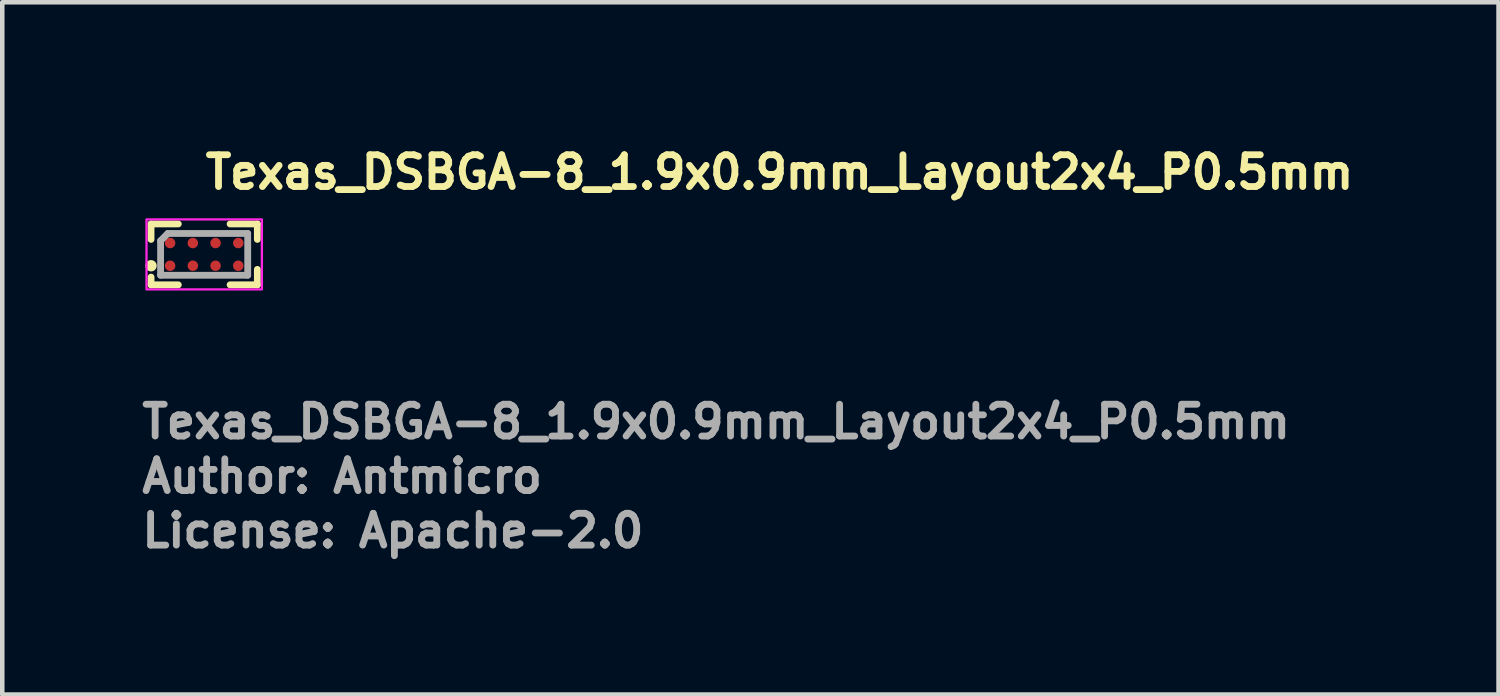
<source format=kicad_pcb>
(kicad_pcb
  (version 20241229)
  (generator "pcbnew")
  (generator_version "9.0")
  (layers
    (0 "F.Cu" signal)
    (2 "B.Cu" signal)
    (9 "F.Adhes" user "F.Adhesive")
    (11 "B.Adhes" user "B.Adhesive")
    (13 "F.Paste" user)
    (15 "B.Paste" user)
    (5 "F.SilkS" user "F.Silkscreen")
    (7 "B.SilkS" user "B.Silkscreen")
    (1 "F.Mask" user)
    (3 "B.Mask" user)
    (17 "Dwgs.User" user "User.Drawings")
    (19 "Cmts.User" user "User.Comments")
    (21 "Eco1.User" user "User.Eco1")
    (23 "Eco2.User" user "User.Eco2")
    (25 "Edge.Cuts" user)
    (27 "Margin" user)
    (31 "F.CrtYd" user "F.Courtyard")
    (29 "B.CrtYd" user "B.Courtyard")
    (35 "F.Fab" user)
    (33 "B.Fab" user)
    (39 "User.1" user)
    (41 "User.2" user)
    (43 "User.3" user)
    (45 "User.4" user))
  (footprint "Texas_DSBGA-8_1.9x0.9mm_Layout2x4_P0.5mm"
    (layer "F.Cu")
    (at 1.445 2.55)
    (property "Reference" "Texas_DSBGA-8_1.9x0.9mm_Layout2x4_P0.5mm" (at -0.05 -1.4 0) (layer "F.SilkS") (effects (font (size 0.7 0.7) (thickness 0.15)) (justify left bottom)))
    (attr smd)
    (fp_line (start -1.17 -0.67) (end -1.17 -0.33) (stroke (width 0.15) (type solid)) (layer "F.SilkS"))
    (fp_line (start -1.17 -0.67) (end -0.57 -0.67) (stroke (width 0.15) (type solid)) (layer "F.SilkS"))
    (fp_line (start -1.17 0.67) (end -1.17 0.5) (stroke (width 0.15) (type solid)) (layer "F.SilkS"))
    (fp_line (start -1.17 0.67) (end -0.57 0.67) (stroke (width 0.15) (type solid)) (layer "F.SilkS"))
    (fp_line (start 1.17 -0.67) (end 0.57 -0.67) (stroke (width 0.15) (type solid)) (layer "F.SilkS"))
    (fp_line (start 1.17 -0.67) (end 1.17 -0.33) (stroke (width 0.15) (type solid)) (layer "F.SilkS"))
    (fp_line (start 1.17 0.67) (end 0.57 0.67) (stroke (width 0.15) (type solid)) (layer "F.SilkS"))
    (fp_line (start 1.17 0.67) (end 1.17 0.33) (stroke (width 0.15) (type solid)) (layer "F.SilkS"))
    (fp_circle (center -1.17 0.25) (end -1.12 0.25) (stroke (width 0.15) (type solid)) (fill yes) (layer "F.SilkS"))
    (fp_rect (start -1.27 -0.77) (end 1.27 0.77) (stroke (width 0.05) (type solid)) (fill no) (layer "F.CrtYd"))
    (fp_line (start -0.96 0.459) (end -0.96 -0.3) (stroke (width 0.15) (type solid)) (layer "F.Fab"))
    (fp_line (start -0.8 -0.461) (end -0.96 -0.3) (stroke (width 0.15) (type solid)) (layer "F.Fab"))
    (fp_line (start 0.958 -0.461) (end -0.8 -0.461) (stroke (width 0.15) (type solid)) (layer "F.Fab"))
    (fp_line (start 0.958 0.459) (end -0.96 0.459) (stroke (width 0.15) (type solid)) (layer "F.Fab"))
    (fp_line (start 0.958 0.459) (end 0.958 -0.461) (stroke (width 0.15) (type solid)) (layer "F.Fab"))
    (fp_rect (start -0.945 -0.444) (end 0.943 0.442) (stroke (width 0.1) (type solid)) (fill no) (layer "User.5"))
    (fp_line (start -0.945 -0.444) (end -0.945 0.442) (stroke (width 0.02) (type solid)) (layer "User.9"))
    (fp_line (start -0.945 0.442) (end 0.943 0.442) (stroke (width 0.02) (type solid)) (layer "User.9"))
    (fp_line (start 0.943 -0.444) (end -0.945 -0.444) (stroke (width 0.02) (type solid)) (layer "User.9"))
    (fp_line (start 0.943 0.442) (end 0.943 -0.444) (stroke (width 0.02) (type solid)) (layer "User.9"))
    (fp_text user "Author: Antmicro" (at -1.445 5.293 0) (layer "F.Fab") (effects (font (size 0.7 0.7) (thickness 0.15)) (justify left bottom)))
    (fp_text user "License: Apache-2.0" (at -1.445 6.493 0) (layer "F.Fab") (effects (font (size 0.7 0.7) (thickness 0.15)) (justify left bottom)))
    (fp_text user "${REFERENCE}" (at -1.445 4.092 0) (layer "F.Fab") (effects (font (size 0.7 0.7) (thickness 0.15)) (justify left bottom)))
    (pad "1" smd circle (at -0.75 0.25) (size 0.23 0.23) (layers "F.Cu" "F.Mask" "F.Paste"))
    (pad "2" smd circle (at -0.25 0.25) (size 0.23 0.23) (layers "F.Cu" "F.Mask" "F.Paste"))
    (pad "3" smd circle (at 0.25 0.25) (size 0.23 0.23) (layers "F.Cu" "F.Mask" "F.Paste"))
    (pad "4" smd circle (at 0.75 0.25) (size 0.23 0.23) (layers "F.Cu" "F.Mask" "F.Paste"))
    (pad "5" smd circle (at 0.75 -0.25) (size 0.23 0.23) (layers "F.Cu" "F.Mask" "F.Paste"))
    (pad "6" smd circle (at 0.25 -0.25) (size 0.23 0.23) (layers "F.Cu" "F.Mask" "F.Paste"))
    (pad "7" smd circle (at -0.25 -0.25) (size 0.23 0.23) (layers "F.Cu" "F.Mask" "F.Paste"))
    (pad "8" smd circle (at -0.75 -0.25) (size 0.23 0.23) (layers "F.Cu" "F.Mask" "F.Paste")))
  (gr_rect
    (start -3 -3)
    (end 29.938 12.239)
    (stroke (width 0.1) (type default))
    (fill no)
    (layer "Edge.Cuts")))
</source>
